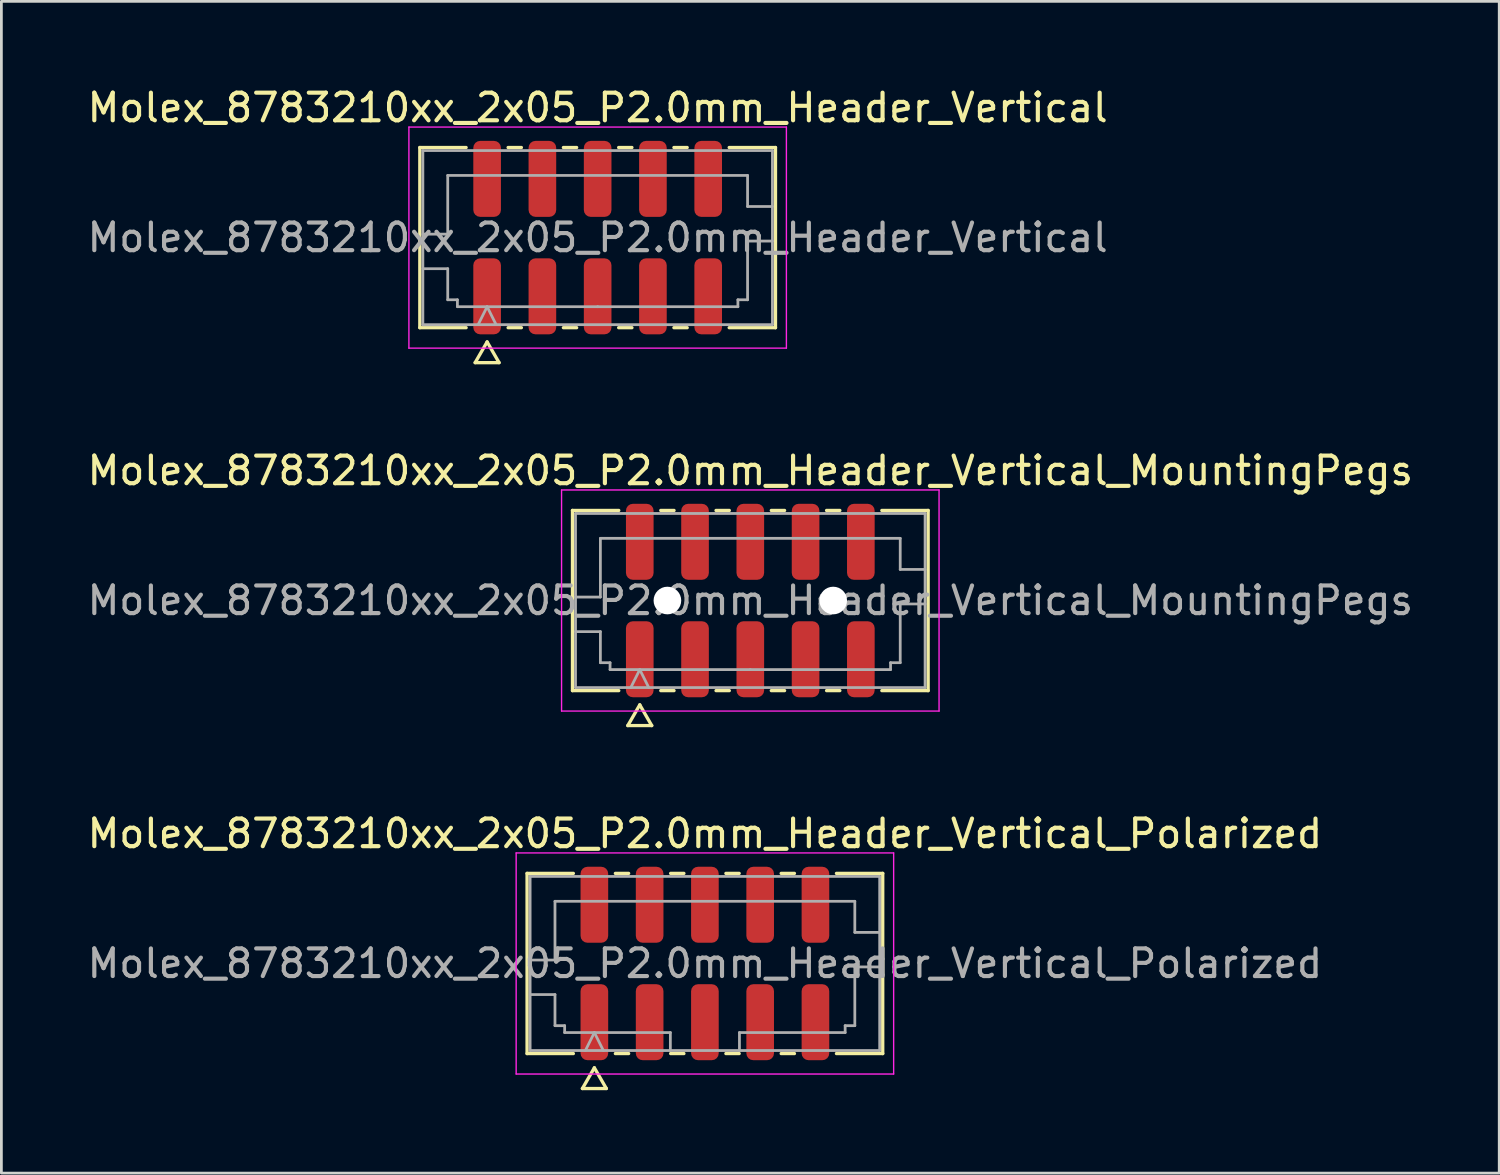
<source format=kicad_pcb>
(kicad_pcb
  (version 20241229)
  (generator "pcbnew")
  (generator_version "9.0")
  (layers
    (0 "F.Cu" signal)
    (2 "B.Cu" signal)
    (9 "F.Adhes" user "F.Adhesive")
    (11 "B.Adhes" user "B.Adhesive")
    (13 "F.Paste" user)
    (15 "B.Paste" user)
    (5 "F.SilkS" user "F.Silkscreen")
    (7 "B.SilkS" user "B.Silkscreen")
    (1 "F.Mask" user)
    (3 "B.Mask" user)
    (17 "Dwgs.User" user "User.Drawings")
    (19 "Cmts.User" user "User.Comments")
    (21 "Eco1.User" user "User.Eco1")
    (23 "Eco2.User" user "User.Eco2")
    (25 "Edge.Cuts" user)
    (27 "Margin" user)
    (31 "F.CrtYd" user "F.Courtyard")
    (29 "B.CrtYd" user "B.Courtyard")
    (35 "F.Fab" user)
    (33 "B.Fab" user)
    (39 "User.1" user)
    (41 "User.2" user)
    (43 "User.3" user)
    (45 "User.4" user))
  (footprint "Molex_8783210xx_2x05_P2.0mm_Header_Vertical"
    (layer "F.Cu")
    (at 18.577 5.548)
    (property "Reference" "Molex_8783210xx_2x05_P2.0mm_Header_Vertical" (at 0 -4.7 0) (layer "F.SilkS") (effects (font (size 1 1) (thickness 0.15))))
    (attr smd)
    (fp_line (start -6.435 -3.26) (end -4.76 -3.26) (stroke (width 0.12) (type solid)) (layer "F.SilkS"))
    (fp_line (start -6.435 3.26) (end -6.435 -3.26) (stroke (width 0.12) (type solid)) (layer "F.SilkS"))
    (fp_line (start -4.76 3.26) (end -6.435 3.26) (stroke (width 0.12) (type solid)) (layer "F.SilkS"))
    (fp_line (start -4.433 4.525) (end -4 3.775) (stroke (width 0.12) (type solid)) (layer "F.SilkS"))
    (fp_line (start -4 3.775) (end -3.567 4.525) (stroke (width 0.12) (type solid)) (layer "F.SilkS"))
    (fp_line (start -3.567 4.525) (end -4.433 4.525) (stroke (width 0.12) (type solid)) (layer "F.SilkS"))
    (fp_line (start -3.24 -3.26) (end -2.76 -3.26) (stroke (width 0.12) (type solid)) (layer "F.SilkS"))
    (fp_line (start -2.76 3.26) (end -3.24 3.26) (stroke (width 0.12) (type solid)) (layer "F.SilkS"))
    (fp_line (start -1.24 -3.26) (end -0.76 -3.26) (stroke (width 0.12) (type solid)) (layer "F.SilkS"))
    (fp_line (start -0.76 3.26) (end -1.24 3.26) (stroke (width 0.12) (type solid)) (layer "F.SilkS"))
    (fp_line (start 0.76 -3.26) (end 1.24 -3.26) (stroke (width 0.12) (type solid)) (layer "F.SilkS"))
    (fp_line (start 1.24 3.26) (end 0.76 3.26) (stroke (width 0.12) (type solid)) (layer "F.SilkS"))
    (fp_line (start 2.76 -3.26) (end 3.24 -3.26) (stroke (width 0.12) (type solid)) (layer "F.SilkS"))
    (fp_line (start 3.24 3.26) (end 2.76 3.26) (stroke (width 0.12) (type solid)) (layer "F.SilkS"))
    (fp_line (start 4.76 -3.26) (end 6.435 -3.26) (stroke (width 0.12) (type solid)) (layer "F.SilkS"))
    (fp_line (start 6.435 -3.26) (end 6.435 3.26) (stroke (width 0.12) (type solid)) (layer "F.SilkS"))
    (fp_line (start 6.435 3.26) (end 4.76 3.26) (stroke (width 0.12) (type solid)) (layer "F.SilkS"))
    (fp_line (start -6.83 -4) (end -6.83 4) (stroke (width 0.05) (type solid)) (layer "F.CrtYd"))
    (fp_line (start -6.83 4) (end 6.83 4) (stroke (width 0.05) (type solid)) (layer "F.CrtYd"))
    (fp_line (start 6.83 -4) (end -6.83 -4) (stroke (width 0.05) (type solid)) (layer "F.CrtYd"))
    (fp_line (start 6.83 4) (end 6.83 -4) (stroke (width 0.05) (type solid)) (layer "F.CrtYd"))
    (fp_line (start -6.325 -3.15) (end 6.325 -3.15) (stroke (width 0.1) (type solid)) (layer "F.Fab"))
    (fp_line (start -6.325 -0.125) (end -5.425 -0.125) (stroke (width 0.1) (type solid)) (layer "F.Fab"))
    (fp_line (start -6.325 1.125) (end -5.425 1.125) (stroke (width 0.1) (type solid)) (layer "F.Fab"))
    (fp_line (start -6.325 3.15) (end -6.325 -3.15) (stroke (width 0.1) (type solid)) (layer "F.Fab"))
    (fp_line (start -5.425 -2.25) (end 5.425 -2.25) (stroke (width 0.1) (type solid)) (layer "F.Fab"))
    (fp_line (start -5.425 -0.125) (end -5.425 -2.25) (stroke (width 0.1) (type solid)) (layer "F.Fab"))
    (fp_line (start -5.425 1.125) (end -5.425 2.25) (stroke (width 0.1) (type solid)) (layer "F.Fab"))
    (fp_line (start -5.425 2.25) (end -5.075 2.25) (stroke (width 0.1) (type solid)) (layer "F.Fab"))
    (fp_line (start -5.075 2.25) (end -5.075 2.5) (stroke (width 0.1) (type solid)) (layer "F.Fab"))
    (fp_line (start -5.075 2.5) (end 0 2.5) (stroke (width 0.1) (type solid)) (layer "F.Fab"))
    (fp_line (start -4.325 3.15) (end -4 2.5) (stroke (width 0.1) (type solid)) (layer "F.Fab"))
    (fp_line (start -4 2.5) (end -3.675 3.15) (stroke (width 0.1) (type solid)) (layer "F.Fab"))
    (fp_line (start 0 2.5) (end 5.075 2.5) (stroke (width 0.1) (type solid)) (layer "F.Fab"))
    (fp_line (start 5.075 2.25) (end 5.425 2.25) (stroke (width 0.1) (type solid)) (layer "F.Fab"))
    (fp_line (start 5.075 2.5) (end 5.075 2.25) (stroke (width 0.1) (type solid)) (layer "F.Fab"))
    (fp_line (start 5.425 -2.25) (end 5.425 -1.125) (stroke (width 0.1) (type solid)) (layer "F.Fab"))
    (fp_line (start 5.425 -1.125) (end 6.325 -1.125) (stroke (width 0.1) (type solid)) (layer "F.Fab"))
    (fp_line (start 5.425 0.125) (end 6.325 0.125) (stroke (width 0.1) (type solid)) (layer "F.Fab"))
    (fp_line (start 5.425 2.25) (end 5.425 0.125) (stroke (width 0.1) (type solid)) (layer "F.Fab"))
    (fp_line (start 6.325 -3.15) (end 6.325 3.15) (stroke (width 0.1) (type solid)) (layer "F.Fab"))
    (fp_line (start 6.325 3.15) (end -6.325 3.15) (stroke (width 0.1) (type solid)) (layer "F.Fab"))
    (fp_text user "${REFERENCE}" (at 0 0 0) (layer "F.Fab") (effects (font (size 1 1) (thickness 0.15))))
    (pad "1" smd roundrect (at -4 2.125) (size 1 2.75) (layers "F.Cu" "F.Mask" "F.Paste") (roundrect_rratio 0.25))
    (pad "2" smd roundrect (at -4 -2.125) (size 1 2.75) (layers "F.Cu" "F.Mask" "F.Paste") (roundrect_rratio 0.25))
    (pad "3" smd roundrect (at -2 2.125) (size 1 2.75) (layers "F.Cu" "F.Mask" "F.Paste") (roundrect_rratio 0.25))
    (pad "4" smd roundrect (at -2 -2.125) (size 1 2.75) (layers "F.Cu" "F.Mask" "F.Paste") (roundrect_rratio 0.25))
    (pad "5" smd roundrect (at 0 2.125) (size 1 2.75) (layers "F.Cu" "F.Mask" "F.Paste") (roundrect_rratio 0.25))
    (pad "6" smd roundrect (at 0 -2.125) (size 1 2.75) (layers "F.Cu" "F.Mask" "F.Paste") (roundrect_rratio 0.25))
    (pad "7" smd roundrect (at 2 2.125) (size 1 2.75) (layers "F.Cu" "F.Mask" "F.Paste") (roundrect_rratio 0.25))
    (pad "8" smd roundrect (at 2 -2.125) (size 1 2.75) (layers "F.Cu" "F.Mask" "F.Paste") (roundrect_rratio 0.25))
    (pad "9" smd roundrect (at 4 2.125) (size 1 2.75) (layers "F.Cu" "F.Mask" "F.Paste") (roundrect_rratio 0.25))
    (pad "10" smd roundrect (at 4 -2.125) (size 1 2.75) (layers "F.Cu" "F.Mask" "F.Paste") (roundrect_rratio 0.25)))
  (footprint "Molex_8783210xx_2x05_P2.0mm_Header_Vertical_Polarized"
    (layer "F.Cu")
    (at 22.458 31.815)
    (property "Reference" "Molex_8783210xx_2x05_P2.0mm_Header_Vertical_Polarized" (at 0 -4.7 0) (layer "F.SilkS") (effects (font (size 1 1) (thickness 0.15))))
    (attr smd)
    (fp_line (start -6.435 -3.26) (end -4.76 -3.26) (stroke (width 0.12) (type solid)) (layer "F.SilkS"))
    (fp_line (start -6.435 3.26) (end -6.435 -3.26) (stroke (width 0.12) (type solid)) (layer "F.SilkS"))
    (fp_line (start -4.76 3.26) (end -6.435 3.26) (stroke (width 0.12) (type solid)) (layer "F.SilkS"))
    (fp_line (start -4.433 4.525) (end -4 3.775) (stroke (width 0.12) (type solid)) (layer "F.SilkS"))
    (fp_line (start -4 3.775) (end -3.567 4.525) (stroke (width 0.12) (type solid)) (layer "F.SilkS"))
    (fp_line (start -3.567 4.525) (end -4.433 4.525) (stroke (width 0.12) (type solid)) (layer "F.SilkS"))
    (fp_line (start -3.24 -3.26) (end -2.76 -3.26) (stroke (width 0.12) (type solid)) (layer "F.SilkS"))
    (fp_line (start -2.76 3.26) (end -3.24 3.26) (stroke (width 0.12) (type solid)) (layer "F.SilkS"))
    (fp_line (start -1.24 -3.26) (end -0.76 -3.26) (stroke (width 0.12) (type solid)) (layer "F.SilkS"))
    (fp_line (start -0.76 3.26) (end -1.24 3.26) (stroke (width 0.12) (type solid)) (layer "F.SilkS"))
    (fp_line (start 0.76 -3.26) (end 1.24 -3.26) (stroke (width 0.12) (type solid)) (layer "F.SilkS"))
    (fp_line (start 1.24 3.26) (end 0.76 3.26) (stroke (width 0.12) (type solid)) (layer "F.SilkS"))
    (fp_line (start 2.76 -3.26) (end 3.24 -3.26) (stroke (width 0.12) (type solid)) (layer "F.SilkS"))
    (fp_line (start 3.24 3.26) (end 2.76 3.26) (stroke (width 0.12) (type solid)) (layer "F.SilkS"))
    (fp_line (start 4.76 -3.26) (end 6.435 -3.26) (stroke (width 0.12) (type solid)) (layer "F.SilkS"))
    (fp_line (start 6.435 -3.26) (end 6.435 3.26) (stroke (width 0.12) (type solid)) (layer "F.SilkS"))
    (fp_line (start 6.435 3.26) (end 4.76 3.26) (stroke (width 0.12) (type solid)) (layer "F.SilkS"))
    (fp_line (start -6.83 -4) (end -6.83 4) (stroke (width 0.05) (type solid)) (layer "F.CrtYd"))
    (fp_line (start -6.83 4) (end 6.83 4) (stroke (width 0.05) (type solid)) (layer "F.CrtYd"))
    (fp_line (start 6.83 -4) (end -6.83 -4) (stroke (width 0.05) (type solid)) (layer "F.CrtYd"))
    (fp_line (start 6.83 4) (end 6.83 -4) (stroke (width 0.05) (type solid)) (layer "F.CrtYd"))
    (fp_line (start -6.325 -3.15) (end 6.325 -3.15) (stroke (width 0.1) (type solid)) (layer "F.Fab"))
    (fp_line (start -6.325 -0.125) (end -5.425 -0.125) (stroke (width 0.1) (type solid)) (layer "F.Fab"))
    (fp_line (start -6.325 1.125) (end -5.425 1.125) (stroke (width 0.1) (type solid)) (layer "F.Fab"))
    (fp_line (start -6.325 3.15) (end -6.325 -3.15) (stroke (width 0.1) (type solid)) (layer "F.Fab"))
    (fp_line (start -5.425 -2.25) (end 5.425 -2.25) (stroke (width 0.1) (type solid)) (layer "F.Fab"))
    (fp_line (start -5.425 -0.125) (end -5.425 -2.25) (stroke (width 0.1) (type solid)) (layer "F.Fab"))
    (fp_line (start -5.425 1.125) (end -5.425 2.25) (stroke (width 0.1) (type solid)) (layer "F.Fab"))
    (fp_line (start -5.425 2.25) (end -5.075 2.25) (stroke (width 0.1) (type solid)) (layer "F.Fab"))
    (fp_line (start -5.075 2.25) (end -5.075 2.5) (stroke (width 0.1) (type solid)) (layer "F.Fab"))
    (fp_line (start -5.075 2.5) (end -1.25 2.5) (stroke (width 0.1) (type solid)) (layer "F.Fab"))
    (fp_line (start -4.325 3.15) (end -4 2.5) (stroke (width 0.1) (type solid)) (layer "F.Fab"))
    (fp_line (start -4 2.5) (end -3.675 3.15) (stroke (width 0.1) (type solid)) (layer "F.Fab"))
    (fp_line (start -1.25 2.5) (end -1.25 3.15) (stroke (width 0.1) (type solid)) (layer "F.Fab"))
    (fp_line (start 1.25 2.5) (end 1.25 3.15) (stroke (width 0.1) (type solid)) (layer "F.Fab"))
    (fp_line (start 1.25 2.5) (end 5.075 2.5) (stroke (width 0.1) (type solid)) (layer "F.Fab"))
    (fp_line (start 5.075 2.25) (end 5.425 2.25) (stroke (width 0.1) (type solid)) (layer "F.Fab"))
    (fp_line (start 5.075 2.5) (end 5.075 2.25) (stroke (width 0.1) (type solid)) (layer "F.Fab"))
    (fp_line (start 5.425 -2.25) (end 5.425 -1.125) (stroke (width 0.1) (type solid)) (layer "F.Fab"))
    (fp_line (start 5.425 -1.125) (end 6.325 -1.125) (stroke (width 0.1) (type solid)) (layer "F.Fab"))
    (fp_line (start 5.425 0.125) (end 6.325 0.125) (stroke (width 0.1) (type solid)) (layer "F.Fab"))
    (fp_line (start 5.425 2.25) (end 5.425 0.125) (stroke (width 0.1) (type solid)) (layer "F.Fab"))
    (fp_line (start 6.325 -3.15) (end 6.325 3.15) (stroke (width 0.1) (type solid)) (layer "F.Fab"))
    (fp_line (start 6.325 3.15) (end -6.325 3.15) (stroke (width 0.1) (type solid)) (layer "F.Fab"))
    (fp_text user "${REFERENCE}" (at 0 0 0) (layer "F.Fab") (effects (font (size 1 1) (thickness 0.15))))
    (pad "1" smd roundrect (at -4 2.125) (size 1 2.75) (layers "F.Cu" "F.Mask" "F.Paste") (roundrect_rratio 0.25))
    (pad "2" smd roundrect (at -4 -2.125) (size 1 2.75) (layers "F.Cu" "F.Mask" "F.Paste") (roundrect_rratio 0.25))
    (pad "3" smd roundrect (at -2 2.125) (size 1 2.75) (layers "F.Cu" "F.Mask" "F.Paste") (roundrect_rratio 0.25))
    (pad "4" smd roundrect (at -2 -2.125) (size 1 2.75) (layers "F.Cu" "F.Mask" "F.Paste") (roundrect_rratio 0.25))
    (pad "5" smd roundrect (at 0 2.125) (size 1 2.75) (layers "F.Cu" "F.Mask" "F.Paste") (roundrect_rratio 0.25))
    (pad "6" smd roundrect (at 0 -2.125) (size 1 2.75) (layers "F.Cu" "F.Mask" "F.Paste") (roundrect_rratio 0.25))
    (pad "7" smd roundrect (at 2 2.125) (size 1 2.75) (layers "F.Cu" "F.Mask" "F.Paste") (roundrect_rratio 0.25))
    (pad "8" smd roundrect (at 2 -2.125) (size 1 2.75) (layers "F.Cu" "F.Mask" "F.Paste") (roundrect_rratio 0.25))
    (pad "9" smd roundrect (at 4 2.125) (size 1 2.75) (layers "F.Cu" "F.Mask" "F.Paste") (roundrect_rratio 0.25))
    (pad "10" smd roundrect (at 4 -2.125) (size 1 2.75) (layers "F.Cu" "F.Mask" "F.Paste") (roundrect_rratio 0.25)))
  (footprint "Molex_8783210xx_2x05_P2.0mm_Header_Vertical_MountingPegs"
    (layer "F.Cu")
    (at 24.101 18.681)
    (property "Reference" "Molex_8783210xx_2x05_P2.0mm_Header_Vertical_MountingPegs" (at 0 -4.7 0) (layer "F.SilkS") (effects (font (size 1 1) (thickness 0.15))))
    (attr smd)
    (fp_line (start -6.435 -3.26) (end -4.76 -3.26) (stroke (width 0.12) (type solid)) (layer "F.SilkS"))
    (fp_line (start -6.435 3.26) (end -6.435 -3.26) (stroke (width 0.12) (type solid)) (layer "F.SilkS"))
    (fp_line (start -4.76 3.26) (end -6.435 3.26) (stroke (width 0.12) (type solid)) (layer "F.SilkS"))
    (fp_line (start -4.433 4.525) (end -4 3.775) (stroke (width 0.12) (type solid)) (layer "F.SilkS"))
    (fp_line (start -4 3.775) (end -3.567 4.525) (stroke (width 0.12) (type solid)) (layer "F.SilkS"))
    (fp_line (start -3.567 4.525) (end -4.433 4.525) (stroke (width 0.12) (type solid)) (layer "F.SilkS"))
    (fp_line (start -3.24 -3.26) (end -2.76 -3.26) (stroke (width 0.12) (type solid)) (layer "F.SilkS"))
    (fp_line (start -2.76 3.26) (end -3.24 3.26) (stroke (width 0.12) (type solid)) (layer "F.SilkS"))
    (fp_line (start -1.24 -3.26) (end -0.76 -3.26) (stroke (width 0.12) (type solid)) (layer "F.SilkS"))
    (fp_line (start -0.76 3.26) (end -1.24 3.26) (stroke (width 0.12) (type solid)) (layer "F.SilkS"))
    (fp_line (start 0.76 -3.26) (end 1.24 -3.26) (stroke (width 0.12) (type solid)) (layer "F.SilkS"))
    (fp_line (start 1.24 3.26) (end 0.76 3.26) (stroke (width 0.12) (type solid)) (layer "F.SilkS"))
    (fp_line (start 2.76 -3.26) (end 3.24 -3.26) (stroke (width 0.12) (type solid)) (layer "F.SilkS"))
    (fp_line (start 3.24 3.26) (end 2.76 3.26) (stroke (width 0.12) (type solid)) (layer "F.SilkS"))
    (fp_line (start 4.76 -3.26) (end 6.435 -3.26) (stroke (width 0.12) (type solid)) (layer "F.SilkS"))
    (fp_line (start 6.435 -3.26) (end 6.435 3.26) (stroke (width 0.12) (type solid)) (layer "F.SilkS"))
    (fp_line (start 6.435 3.26) (end 4.76 3.26) (stroke (width 0.12) (type solid)) (layer "F.SilkS"))
    (fp_line (start -6.83 -4) (end -6.83 4) (stroke (width 0.05) (type solid)) (layer "F.CrtYd"))
    (fp_line (start -6.83 4) (end 6.83 4) (stroke (width 0.05) (type solid)) (layer "F.CrtYd"))
    (fp_line (start 6.83 -4) (end -6.83 -4) (stroke (width 0.05) (type solid)) (layer "F.CrtYd"))
    (fp_line (start 6.83 4) (end 6.83 -4) (stroke (width 0.05) (type solid)) (layer "F.CrtYd"))
    (fp_line (start -6.325 -3.15) (end 6.325 -3.15) (stroke (width 0.1) (type solid)) (layer "F.Fab"))
    (fp_line (start -6.325 -0.125) (end -5.425 -0.125) (stroke (width 0.1) (type solid)) (layer "F.Fab"))
    (fp_line (start -6.325 1.125) (end -5.425 1.125) (stroke (width 0.1) (type solid)) (layer "F.Fab"))
    (fp_line (start -6.325 3.15) (end -6.325 -3.15) (stroke (width 0.1) (type solid)) (layer "F.Fab"))
    (fp_line (start -5.425 -2.25) (end 5.425 -2.25) (stroke (width 0.1) (type solid)) (layer "F.Fab"))
    (fp_line (start -5.425 -0.125) (end -5.425 -2.25) (stroke (width 0.1) (type solid)) (layer "F.Fab"))
    (fp_line (start -5.425 1.125) (end -5.425 2.25) (stroke (width 0.1) (type solid)) (layer "F.Fab"))
    (fp_line (start -5.425 2.25) (end -5.075 2.25) (stroke (width 0.1) (type solid)) (layer "F.Fab"))
    (fp_line (start -5.075 2.25) (end -5.075 2.5) (stroke (width 0.1) (type solid)) (layer "F.Fab"))
    (fp_line (start -5.075 2.5) (end 0 2.5) (stroke (width 0.1) (type solid)) (layer "F.Fab"))
    (fp_line (start -4.325 3.15) (end -4 2.5) (stroke (width 0.1) (type solid)) (layer "F.Fab"))
    (fp_line (start -4 2.5) (end -3.675 3.15) (stroke (width 0.1) (type solid)) (layer "F.Fab"))
    (fp_line (start 0 2.5) (end 5.075 2.5) (stroke (width 0.1) (type solid)) (layer "F.Fab"))
    (fp_line (start 5.075 2.25) (end 5.425 2.25) (stroke (width 0.1) (type solid)) (layer "F.Fab"))
    (fp_line (start 5.075 2.5) (end 5.075 2.25) (stroke (width 0.1) (type solid)) (layer "F.Fab"))
    (fp_line (start 5.425 -2.25) (end 5.425 -1.125) (stroke (width 0.1) (type solid)) (layer "F.Fab"))
    (fp_line (start 5.425 -1.125) (end 6.325 -1.125) (stroke (width 0.1) (type solid)) (layer "F.Fab"))
    (fp_line (start 5.425 0.125) (end 6.325 0.125) (stroke (width 0.1) (type solid)) (layer "F.Fab"))
    (fp_line (start 5.425 2.25) (end 5.425 0.125) (stroke (width 0.1) (type solid)) (layer "F.Fab"))
    (fp_line (start 6.325 -3.15) (end 6.325 3.15) (stroke (width 0.1) (type solid)) (layer "F.Fab"))
    (fp_line (start 6.325 3.15) (end -6.325 3.15) (stroke (width 0.1) (type solid)) (layer "F.Fab"))
    (fp_text user "${REFERENCE}" (at 0 0 0) (layer "F.Fab") (effects (font (size 1 1) (thickness 0.15))))
    (pad "" np_thru_hole circle (at -3 0) (size 1 1) (drill 1) (layers "*.Cu" "*.Mask"))
    (pad "" np_thru_hole circle (at 3 0) (size 1 1) (drill 1) (layers "*.Cu" "*.Mask"))
    (pad "1" smd roundrect (at -4 2.125) (size 1 2.75) (layers "F.Cu" "F.Mask" "F.Paste") (roundrect_rratio 0.25))
    (pad "2" smd roundrect (at -4 -2.125) (size 1 2.75) (layers "F.Cu" "F.Mask" "F.Paste") (roundrect_rratio 0.25))
    (pad "3" smd roundrect (at -2 2.125) (size 1 2.75) (layers "F.Cu" "F.Mask" "F.Paste") (roundrect_rratio 0.25))
    (pad "4" smd roundrect (at -2 -2.125) (size 1 2.75) (layers "F.Cu" "F.Mask" "F.Paste") (roundrect_rratio 0.25))
    (pad "5" smd roundrect (at 0 2.125) (size 1 2.75) (layers "F.Cu" "F.Mask" "F.Paste") (roundrect_rratio 0.25))
    (pad "6" smd roundrect (at 0 -2.125) (size 1 2.75) (layers "F.Cu" "F.Mask" "F.Paste") (roundrect_rratio 0.25))
    (pad "7" smd roundrect (at 2 2.125) (size 1 2.75) (layers "F.Cu" "F.Mask" "F.Paste") (roundrect_rratio 0.25))
    (pad "8" smd roundrect (at 2 -2.125) (size 1 2.75) (layers "F.Cu" "F.Mask" "F.Paste") (roundrect_rratio 0.25))
    (pad "9" smd roundrect (at 4 2.125) (size 1 2.75) (layers "F.Cu" "F.Mask" "F.Paste") (roundrect_rratio 0.25))
    (pad "10" smd roundrect (at 4 -2.125) (size 1 2.75) (layers "F.Cu" "F.Mask" "F.Paste") (roundrect_rratio 0.25)))
  (gr_rect
    (start -3 -3)
    (end 51.202 39.4)
    (stroke (width 0.1) (type default))
    (fill no)
    (layer "Edge.Cuts")))
</source>
